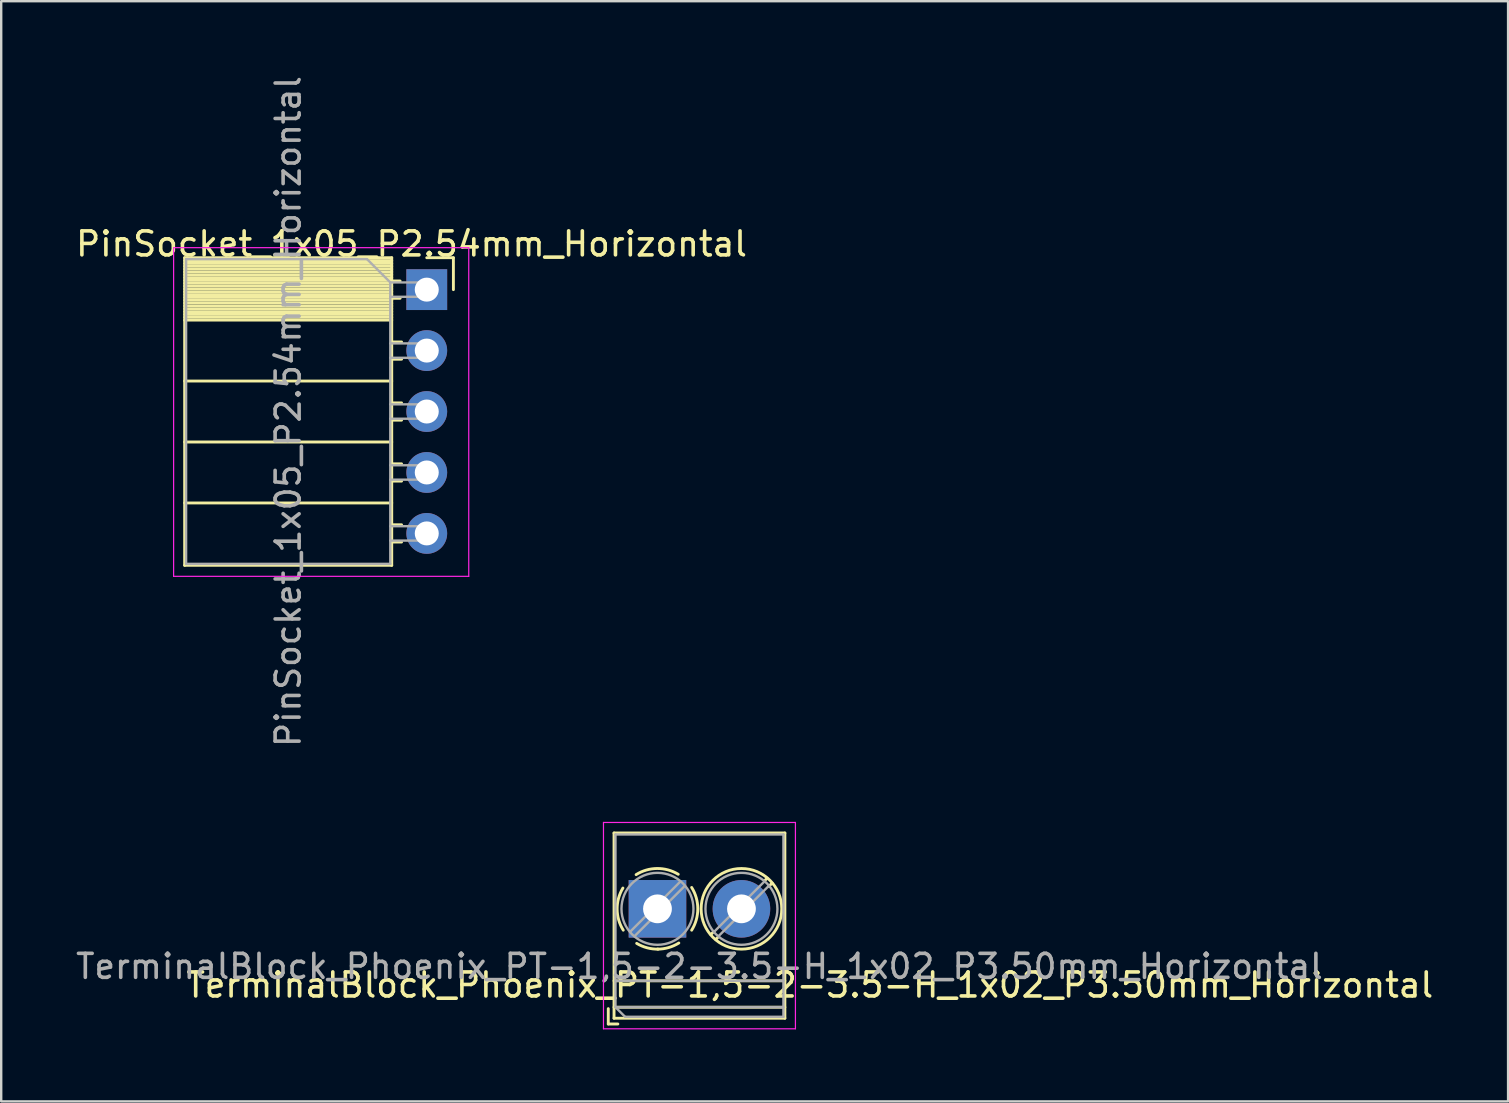
<source format=kicad_pcb>
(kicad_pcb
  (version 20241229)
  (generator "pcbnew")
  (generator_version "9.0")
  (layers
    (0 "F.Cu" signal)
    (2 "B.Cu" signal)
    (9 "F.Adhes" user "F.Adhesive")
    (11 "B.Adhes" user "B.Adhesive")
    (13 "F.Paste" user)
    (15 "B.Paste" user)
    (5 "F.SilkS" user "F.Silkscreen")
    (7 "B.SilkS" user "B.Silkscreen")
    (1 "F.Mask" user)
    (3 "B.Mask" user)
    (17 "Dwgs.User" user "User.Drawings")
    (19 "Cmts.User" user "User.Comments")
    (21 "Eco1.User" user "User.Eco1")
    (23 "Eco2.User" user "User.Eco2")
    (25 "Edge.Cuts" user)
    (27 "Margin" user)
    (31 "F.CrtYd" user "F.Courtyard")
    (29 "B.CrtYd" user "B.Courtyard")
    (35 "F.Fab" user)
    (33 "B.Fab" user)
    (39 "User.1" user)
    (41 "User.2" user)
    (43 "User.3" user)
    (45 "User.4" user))
  (footprint "PinSocket_1x05_P2.54mm_Horizontal"
    (layer "F.Cu")
    (at 14.736 9.021)
    (property "Reference" "PinSocket_1x05_P2.54mm_Horizontal" (at -0.635 -1.905 0) (layer "F.SilkS") (effects (font (size 1 1) (thickness 0.15))))
    (attr through_hole)
    (fp_line (start -10.09 -1.33) (end -10.09 11.49) (stroke (width 0.12) (type solid)) (layer "F.SilkS"))
    (fp_line (start -10.09 -1.33) (end -1.46 -1.33) (stroke (width 0.12) (type solid)) (layer "F.SilkS"))
    (fp_line (start -10.09 -1.21) (end -1.46 -1.21) (stroke (width 0.12) (type solid)) (layer "F.SilkS"))
    (fp_line (start -10.09 -1.092) (end -1.46 -1.092) (stroke (width 0.12) (type solid)) (layer "F.SilkS"))
    (fp_line (start -10.09 -0.974) (end -1.46 -0.974) (stroke (width 0.12) (type solid)) (layer "F.SilkS"))
    (fp_line (start -10.09 -0.856) (end -1.46 -0.856) (stroke (width 0.12) (type solid)) (layer "F.SilkS"))
    (fp_line (start -10.09 -0.738) (end -1.46 -0.738) (stroke (width 0.12) (type solid)) (layer "F.SilkS"))
    (fp_line (start -10.09 -0.62) (end -1.46 -0.62) (stroke (width 0.12) (type solid)) (layer "F.SilkS"))
    (fp_line (start -10.09 -0.501) (end -1.46 -0.501) (stroke (width 0.12) (type solid)) (layer "F.SilkS"))
    (fp_line (start -10.09 -0.383) (end -1.46 -0.383) (stroke (width 0.12) (type solid)) (layer "F.SilkS"))
    (fp_line (start -10.09 -0.265) (end -1.46 -0.265) (stroke (width 0.12) (type solid)) (layer "F.SilkS"))
    (fp_line (start -10.09 -0.147) (end -1.46 -0.147) (stroke (width 0.12) (type solid)) (layer "F.SilkS"))
    (fp_line (start -10.09 -0.029) (end -1.46 -0.029) (stroke (width 0.12) (type solid)) (layer "F.SilkS"))
    (fp_line (start -10.09 0.089) (end -1.46 0.089) (stroke (width 0.12) (type solid)) (layer "F.SilkS"))
    (fp_line (start -10.09 0.207) (end -1.46 0.207) (stroke (width 0.12) (type solid)) (layer "F.SilkS"))
    (fp_line (start -10.09 0.325) (end -1.46 0.325) (stroke (width 0.12) (type solid)) (layer "F.SilkS"))
    (fp_line (start -10.09 0.443) (end -1.46 0.443) (stroke (width 0.12) (type solid)) (layer "F.SilkS"))
    (fp_line (start -10.09 0.561) (end -1.46 0.561) (stroke (width 0.12) (type solid)) (layer "F.SilkS"))
    (fp_line (start -10.09 0.68) (end -1.46 0.68) (stroke (width 0.12) (type solid)) (layer "F.SilkS"))
    (fp_line (start -10.09 0.798) (end -1.46 0.798) (stroke (width 0.12) (type solid)) (layer "F.SilkS"))
    (fp_line (start -10.09 0.916) (end -1.46 0.916) (stroke (width 0.12) (type solid)) (layer "F.SilkS"))
    (fp_line (start -10.09 1.034) (end -1.46 1.034) (stroke (width 0.12) (type solid)) (layer "F.SilkS"))
    (fp_line (start -10.09 1.152) (end -1.46 1.152) (stroke (width 0.12) (type solid)) (layer "F.SilkS"))
    (fp_line (start -10.09 1.27) (end -1.46 1.27) (stroke (width 0.12) (type solid)) (layer "F.SilkS"))
    (fp_line (start -10.09 3.81) (end -1.46 3.81) (stroke (width 0.12) (type solid)) (layer "F.SilkS"))
    (fp_line (start -10.09 6.35) (end -1.46 6.35) (stroke (width 0.12) (type solid)) (layer "F.SilkS"))
    (fp_line (start -10.09 8.89) (end -1.46 8.89) (stroke (width 0.12) (type solid)) (layer "F.SilkS"))
    (fp_line (start -10.09 11.49) (end -1.46 11.49) (stroke (width 0.12) (type solid)) (layer "F.SilkS"))
    (fp_line (start -1.46 -1.33) (end -1.46 11.49) (stroke (width 0.12) (type solid)) (layer "F.SilkS"))
    (fp_line (start -1.46 -0.36) (end -1.11 -0.36) (stroke (width 0.12) (type solid)) (layer "F.SilkS"))
    (fp_line (start -1.46 0.36) (end -1.11 0.36) (stroke (width 0.12) (type solid)) (layer "F.SilkS"))
    (fp_line (start -1.46 2.18) (end -1.05 2.18) (stroke (width 0.12) (type solid)) (layer "F.SilkS"))
    (fp_line (start -1.46 2.9) (end -1.05 2.9) (stroke (width 0.12) (type solid)) (layer "F.SilkS"))
    (fp_line (start -1.46 4.72) (end -1.05 4.72) (stroke (width 0.12) (type solid)) (layer "F.SilkS"))
    (fp_line (start -1.46 5.44) (end -1.05 5.44) (stroke (width 0.12) (type solid)) (layer "F.SilkS"))
    (fp_line (start -1.46 7.26) (end -1.05 7.26) (stroke (width 0.12) (type solid)) (layer "F.SilkS"))
    (fp_line (start -1.46 7.98) (end -1.05 7.98) (stroke (width 0.12) (type solid)) (layer "F.SilkS"))
    (fp_line (start -1.46 9.8) (end -1.05 9.8) (stroke (width 0.12) (type solid)) (layer "F.SilkS"))
    (fp_line (start -1.46 10.52) (end -1.05 10.52) (stroke (width 0.12) (type solid)) (layer "F.SilkS"))
    (fp_line (start 0 -1.33) (end 1.11 -1.33) (stroke (width 0.12) (type solid)) (layer "F.SilkS"))
    (fp_line (start 1.11 -1.33) (end 1.11 0) (stroke (width 0.12) (type solid)) (layer "F.SilkS"))
    (fp_line (start -10.55 -1.75) (end -10.55 11.95) (stroke (width 0.05) (type solid)) (layer "F.CrtYd"))
    (fp_line (start -10.55 11.95) (end 1.75 11.95) (stroke (width 0.05) (type solid)) (layer "F.CrtYd"))
    (fp_line (start 1.75 -1.75) (end -10.55 -1.75) (stroke (width 0.05) (type solid)) (layer "F.CrtYd"))
    (fp_line (start 1.75 11.95) (end 1.75 -1.75) (stroke (width 0.05) (type solid)) (layer "F.CrtYd"))
    (fp_line (start -10.03 -1.27) (end -2.49 -1.27) (stroke (width 0.1) (type solid)) (layer "F.Fab"))
    (fp_line (start -10.03 11.43) (end -10.03 -1.27) (stroke (width 0.1) (type solid)) (layer "F.Fab"))
    (fp_line (start -2.49 -1.27) (end -1.52 -0.3) (stroke (width 0.1) (type solid)) (layer "F.Fab"))
    (fp_line (start -1.52 -0.3) (end -1.52 11.43) (stroke (width 0.1) (type solid)) (layer "F.Fab"))
    (fp_line (start -1.52 0.3) (end 0 0.3) (stroke (width 0.1) (type solid)) (layer "F.Fab"))
    (fp_line (start -1.52 2.84) (end 0 2.84) (stroke (width 0.1) (type solid)) (layer "F.Fab"))
    (fp_line (start -1.52 5.38) (end 0 5.38) (stroke (width 0.1) (type solid)) (layer "F.Fab"))
    (fp_line (start -1.52 7.92) (end 0 7.92) (stroke (width 0.1) (type solid)) (layer "F.Fab"))
    (fp_line (start -1.52 10.46) (end 0 10.46) (stroke (width 0.1) (type solid)) (layer "F.Fab"))
    (fp_line (start -1.52 11.43) (end -10.03 11.43) (stroke (width 0.1) (type solid)) (layer "F.Fab"))
    (fp_line (start 0 -0.3) (end -1.52 -0.3) (stroke (width 0.1) (type solid)) (layer "F.Fab"))
    (fp_line (start 0 0.3) (end 0 -0.3) (stroke (width 0.1) (type solid)) (layer "F.Fab"))
    (fp_line (start 0 2.24) (end -1.52 2.24) (stroke (width 0.1) (type solid)) (layer "F.Fab"))
    (fp_line (start 0 2.84) (end 0 2.24) (stroke (width 0.1) (type solid)) (layer "F.Fab"))
    (fp_line (start 0 4.78) (end -1.52 4.78) (stroke (width 0.1) (type solid)) (layer "F.Fab"))
    (fp_line (start 0 5.38) (end 0 4.78) (stroke (width 0.1) (type solid)) (layer "F.Fab"))
    (fp_line (start 0 7.32) (end -1.52 7.32) (stroke (width 0.1) (type solid)) (layer "F.Fab"))
    (fp_line (start 0 7.92) (end 0 7.32) (stroke (width 0.1) (type solid)) (layer "F.Fab"))
    (fp_line (start 0 9.86) (end -1.52 9.86) (stroke (width 0.1) (type solid)) (layer "F.Fab"))
    (fp_line (start 0 10.46) (end 0 9.86) (stroke (width 0.1) (type solid)) (layer "F.Fab"))
    (fp_text user "${REFERENCE}" (at -5.775 5.08 90) (layer "F.Fab") (effects (font (size 1 1) (thickness 0.15))))
    (pad "1" thru_hole rect (at 0 0) (size 1.7 1.7) (drill 1) (layers "*.Cu" "*.Mask"))
    (pad "2" thru_hole oval (at 0 2.54) (size 1.7 1.7) (drill 1) (layers "*.Cu" "*.Mask"))
    (pad "3" thru_hole oval (at 0 5.08) (size 1.7 1.7) (drill 1) (layers "*.Cu" "*.Mask"))
    (pad "4" thru_hole oval (at 0 7.62) (size 1.7 1.7) (drill 1) (layers "*.Cu" "*.Mask"))
    (pad "5" thru_hole oval (at 0 10.16) (size 1.7 1.7) (drill 1) (layers "*.Cu" "*.Mask")))
  (footprint "TerminalBlock_Phoenix_PT-1,5-2-3.5-H_1x02_P3.50mm_Horizontal"
    (layer "F.Cu")
    (at 24.351 34.827)
    (property "Reference" "TerminalBlock_Phoenix_PT-1,5-2-3.5-H_1x02_P3.50mm_Horizontal" (at 6.35 3.175 0) (layer "F.SilkS") (effects (font (size 1 1) (thickness 0.15))))
    (attr through_hole)
    (fp_line (start -2.05 4.16) (end -2.05 4.8) (stroke (width 0.12) (type solid)) (layer "F.SilkS"))
    (fp_line (start -2.05 4.8) (end -1.65 4.8) (stroke (width 0.12) (type solid)) (layer "F.SilkS"))
    (fp_line (start -1.81 -3.16) (end -1.81 4.56) (stroke (width 0.12) (type solid)) (layer "F.SilkS"))
    (fp_line (start -1.81 -3.16) (end 5.31 -3.16) (stroke (width 0.12) (type solid)) (layer "F.SilkS"))
    (fp_line (start -1.81 3) (end 5.31 3) (stroke (width 0.12) (type solid)) (layer "F.SilkS"))
    (fp_line (start -1.81 4.1) (end 5.31 4.1) (stroke (width 0.12) (type solid)) (layer "F.SilkS"))
    (fp_line (start -1.81 4.56) (end 5.31 4.56) (stroke (width 0.12) (type solid)) (layer "F.SilkS"))
    (fp_line (start 2.355 0.941) (end 2.226 1.069) (stroke (width 0.12) (type solid)) (layer "F.SilkS"))
    (fp_line (start 2.525 1.181) (end 2.431 1.274) (stroke (width 0.12) (type solid)) (layer "F.SilkS"))
    (fp_line (start 4.57 -1.275) (end 4.476 -1.181) (stroke (width 0.12) (type solid)) (layer "F.SilkS"))
    (fp_line (start 4.775 -1.069) (end 4.646 -0.941) (stroke (width 0.12) (type solid)) (layer "F.SilkS"))
    (fp_line (start 5.31 -3.16) (end 5.31 4.56) (stroke (width 0.12) (type solid)) (layer "F.SilkS"))
    (fp_arc (start -1.425358 0.889894) (mid -1.680286 0.014012) (end -1.44 -0.866) (stroke (width 0.12) (type solid)) (layer "F.SilkS"))
    (fp_arc (start -0.889894 -1.425358) (mid -0.014012 -1.680286) (end 0.866 -1.44) (stroke (width 0.12) (type solid)) (layer "F.SilkS"))
    (fp_arc (start 0.028674 1.680099) (mid -0.435535 1.622918) (end -0.866 1.44) (stroke (width 0.12) (type solid)) (layer "F.SilkS"))
    (fp_arc (start 0.890264 1.424721) (mid 0.463071 1.61492) (end 0 1.68) (stroke (width 0.12) (type solid)) (layer "F.SilkS"))
    (fp_arc (start 1.425504 -0.890193) (mid 1.680626 0.000476) (end 1.425 0.891) (stroke (width 0.12) (type solid)) (layer "F.SilkS"))
    (fp_circle (center 3.5 0) (end 5.18 0) (stroke (width 0.12) (type solid)) (fill no) (layer "F.SilkS"))
    (fp_line (start -2.25 -3.6) (end -2.25 5) (stroke (width 0.05) (type solid)) (layer "F.CrtYd"))
    (fp_line (start -2.25 5) (end 5.75 5) (stroke (width 0.05) (type solid)) (layer "F.CrtYd"))
    (fp_line (start 5.75 -3.6) (end -2.25 -3.6) (stroke (width 0.05) (type solid)) (layer "F.CrtYd"))
    (fp_line (start 5.75 5) (end 5.75 -3.6) (stroke (width 0.05) (type solid)) (layer "F.CrtYd"))
    (fp_line (start -1.75 -3.1) (end 5.25 -3.1) (stroke (width 0.1) (type solid)) (layer "F.Fab"))
    (fp_line (start -1.75 3) (end 5.25 3) (stroke (width 0.1) (type solid)) (layer "F.Fab"))
    (fp_line (start -1.75 4.1) (end -1.75 -3.1) (stroke (width 0.1) (type solid)) (layer "F.Fab"))
    (fp_line (start -1.75 4.1) (end 5.25 4.1) (stroke (width 0.1) (type solid)) (layer "F.Fab"))
    (fp_line (start -1.35 4.5) (end -1.75 4.1) (stroke (width 0.1) (type solid)) (layer "F.Fab"))
    (fp_line (start 0.955 -1.138) (end -1.138 0.955) (stroke (width 0.1) (type solid)) (layer "F.Fab"))
    (fp_line (start 1.138 -0.955) (end -0.955 1.138) (stroke (width 0.1) (type solid)) (layer "F.Fab"))
    (fp_line (start 4.455 -1.138) (end 2.363 0.955) (stroke (width 0.1) (type solid)) (layer "F.Fab"))
    (fp_line (start 4.638 -0.955) (end 2.546 1.138) (stroke (width 0.1) (type solid)) (layer "F.Fab"))
    (fp_line (start 5.25 -3.1) (end 5.25 4.5) (stroke (width 0.1) (type solid)) (layer "F.Fab"))
    (fp_line (start 5.25 4.5) (end -1.35 4.5) (stroke (width 0.1) (type solid)) (layer "F.Fab"))
    (fp_circle (center 0 0) (end 1.5 0) (stroke (width 0.1) (type solid)) (fill no) (layer "F.Fab"))
    (fp_circle (center 3.5 0) (end 5 0) (stroke (width 0.1) (type solid)) (fill no) (layer "F.Fab"))
    (fp_text user "${REFERENCE}" (at 1.75 2.4 0) (layer "F.Fab") (effects (font (size 1 1) (thickness 0.15))))
    (pad "1" thru_hole rect (at 0 0) (size 2.4 2.4) (drill 1.2) (layers "*.Cu" "*.Mask"))
    (pad "2" thru_hole circle (at 3.5 0) (size 2.4 2.4) (drill 1.2) (layers "*.Cu" "*.Mask")))
  (gr_rect
    (start -3 -3)
    (end 59.802 42.852)
    (stroke (width 0.1) (type default))
    (fill no)
    (layer "Edge.Cuts")))
</source>
